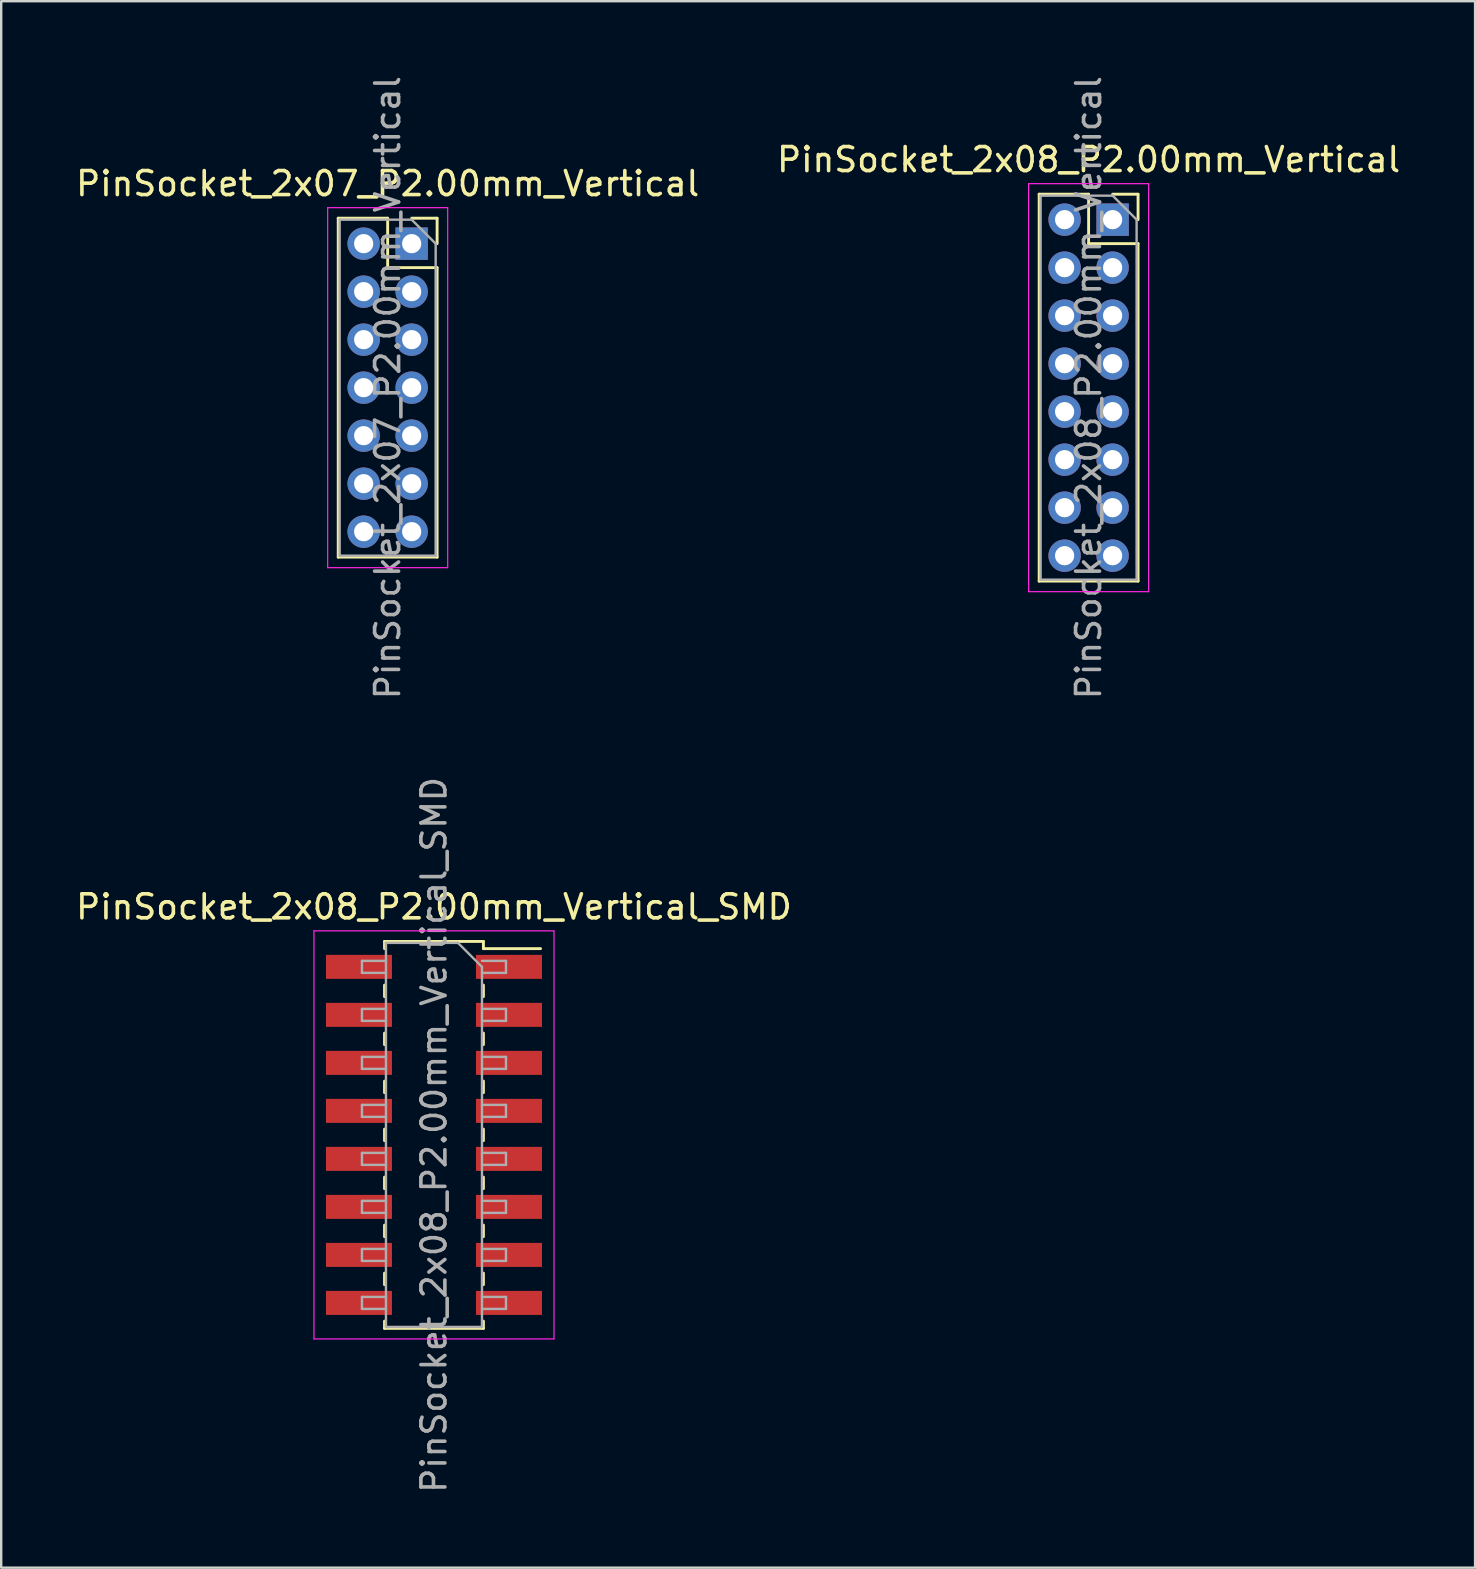
<source format=kicad_pcb>
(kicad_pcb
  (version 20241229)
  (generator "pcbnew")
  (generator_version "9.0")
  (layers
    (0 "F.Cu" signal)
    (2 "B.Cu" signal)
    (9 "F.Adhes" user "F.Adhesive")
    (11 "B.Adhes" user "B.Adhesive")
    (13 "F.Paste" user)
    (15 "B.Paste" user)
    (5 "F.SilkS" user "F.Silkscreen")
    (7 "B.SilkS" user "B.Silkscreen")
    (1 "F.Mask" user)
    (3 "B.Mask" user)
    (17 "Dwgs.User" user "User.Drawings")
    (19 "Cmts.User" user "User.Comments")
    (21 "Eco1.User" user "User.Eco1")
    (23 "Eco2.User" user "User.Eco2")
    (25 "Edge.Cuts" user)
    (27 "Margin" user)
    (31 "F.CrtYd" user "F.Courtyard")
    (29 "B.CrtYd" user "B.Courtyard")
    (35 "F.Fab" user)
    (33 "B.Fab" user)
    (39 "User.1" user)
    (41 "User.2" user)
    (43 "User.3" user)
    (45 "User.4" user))
  (footprint "PinSocket_2x08_P2.00mm_Vertical"
    (layer "F.Cu")
    (at 43.304 6.101)
    (property "Reference" "PinSocket_2x08_P2.00mm_Vertical" (at -1 -2.5 0) (layer "F.SilkS") (effects (font (size 1 1) (thickness 0.15))))
    (attr through_hole)
    (fp_line (start -3.06 -1.06) (end -3.06 15.06) (stroke (width 0.12) (type solid)) (layer "F.SilkS"))
    (fp_line (start -3.06 -1.06) (end -1 -1.06) (stroke (width 0.12) (type solid)) (layer "F.SilkS"))
    (fp_line (start -3.06 15.06) (end 1.06 15.06) (stroke (width 0.12) (type solid)) (layer "F.SilkS"))
    (fp_line (start -1 -1.06) (end -1 1) (stroke (width 0.12) (type solid)) (layer "F.SilkS"))
    (fp_line (start -1 1) (end 1.06 1) (stroke (width 0.12) (type solid)) (layer "F.SilkS"))
    (fp_line (start 0 -1.06) (end 1.06 -1.06) (stroke (width 0.12) (type solid)) (layer "F.SilkS"))
    (fp_line (start 1.06 -1.06) (end 1.06 0) (stroke (width 0.12) (type solid)) (layer "F.SilkS"))
    (fp_line (start 1.06 1) (end 1.06 15.06) (stroke (width 0.12) (type solid)) (layer "F.SilkS"))
    (fp_line (start -3.5 -1.5) (end 1.5 -1.5) (stroke (width 0.05) (type solid)) (layer "F.CrtYd"))
    (fp_line (start -3.5 15.5) (end -3.5 -1.5) (stroke (width 0.05) (type solid)) (layer "F.CrtYd"))
    (fp_line (start 1.5 -1.5) (end 1.5 15.5) (stroke (width 0.05) (type solid)) (layer "F.CrtYd"))
    (fp_line (start 1.5 15.5) (end -3.5 15.5) (stroke (width 0.05) (type solid)) (layer "F.CrtYd"))
    (fp_line (start -3 -1) (end 0 -1) (stroke (width 0.1) (type solid)) (layer "F.Fab"))
    (fp_line (start -3 15) (end -3 -1) (stroke (width 0.1) (type solid)) (layer "F.Fab"))
    (fp_line (start 0 -1) (end 1 0) (stroke (width 0.1) (type solid)) (layer "F.Fab"))
    (fp_line (start 1 0) (end 1 15) (stroke (width 0.1) (type solid)) (layer "F.Fab"))
    (fp_line (start 1 15) (end -3 15) (stroke (width 0.1) (type solid)) (layer "F.Fab"))
    (fp_text user "${REFERENCE}" (at -1 7 90) (layer "F.Fab") (effects (font (size 1 1) (thickness 0.15))))
    (pad "1" thru_hole rect (at 0 0) (size 1.35 1.35) (drill 0.8) (layers "*.Cu" "*.Mask"))
    (pad "2" thru_hole oval (at -2 0) (size 1.35 1.35) (drill 0.8) (layers "*.Cu" "*.Mask"))
    (pad "3" thru_hole oval (at 0 2) (size 1.35 1.35) (drill 0.8) (layers "*.Cu" "*.Mask"))
    (pad "4" thru_hole oval (at -2 2) (size 1.35 1.35) (drill 0.8) (layers "*.Cu" "*.Mask"))
    (pad "5" thru_hole oval (at 0 4) (size 1.35 1.35) (drill 0.8) (layers "*.Cu" "*.Mask"))
    (pad "6" thru_hole oval (at -2 4) (size 1.35 1.35) (drill 0.8) (layers "*.Cu" "*.Mask"))
    (pad "7" thru_hole oval (at 0 6) (size 1.35 1.35) (drill 0.8) (layers "*.Cu" "*.Mask"))
    (pad "8" thru_hole oval (at -2 6) (size 1.35 1.35) (drill 0.8) (layers "*.Cu" "*.Mask"))
    (pad "9" thru_hole oval (at 0 8) (size 1.35 1.35) (drill 0.8) (layers "*.Cu" "*.Mask"))
    (pad "10" thru_hole oval (at -2 8) (size 1.35 1.35) (drill 0.8) (layers "*.Cu" "*.Mask"))
    (pad "11" thru_hole oval (at 0 10) (size 1.35 1.35) (drill 0.8) (layers "*.Cu" "*.Mask"))
    (pad "12" thru_hole oval (at -2 10) (size 1.35 1.35) (drill 0.8) (layers "*.Cu" "*.Mask"))
    (pad "13" thru_hole oval (at 0 12) (size 1.35 1.35) (drill 0.8) (layers "*.Cu" "*.Mask"))
    (pad "14" thru_hole oval (at -2 12) (size 1.35 1.35) (drill 0.8) (layers "*.Cu" "*.Mask"))
    (pad "15" thru_hole oval (at 0 14) (size 1.35 1.35) (drill 0.8) (layers "*.Cu" "*.Mask"))
    (pad "16" thru_hole oval (at -2 14) (size 1.35 1.35) (drill 0.8) (layers "*.Cu" "*.Mask")))
  (footprint "PinSocket_2x08_P2.00mm_Vertical_SMD"
    (layer "F.Cu")
    (at 15.03 44.232)
    (property "Reference" "PinSocket_2x08_P2.00mm_Vertical_SMD" (at 0 -9.5 0) (layer "F.SilkS") (effects (font (size 1 1) (thickness 0.15))))
    (attr smd)
    (fp_line (start -2.06 -8.06) (end -2.06 -7.76) (stroke (width 0.12) (type solid)) (layer "F.SilkS"))
    (fp_line (start -2.06 -8.06) (end 2.06 -8.06) (stroke (width 0.12) (type solid)) (layer "F.SilkS"))
    (fp_line (start -2.06 -6.24) (end -2.06 -5.76) (stroke (width 0.12) (type solid)) (layer "F.SilkS"))
    (fp_line (start -2.06 -4.24) (end -2.06 -3.76) (stroke (width 0.12) (type solid)) (layer "F.SilkS"))
    (fp_line (start -2.06 -2.24) (end -2.06 -1.76) (stroke (width 0.12) (type solid)) (layer "F.SilkS"))
    (fp_line (start -2.06 -0.24) (end -2.06 0.24) (stroke (width 0.12) (type solid)) (layer "F.SilkS"))
    (fp_line (start -2.06 1.76) (end -2.06 2.24) (stroke (width 0.12) (type solid)) (layer "F.SilkS"))
    (fp_line (start -2.06 3.76) (end -2.06 4.24) (stroke (width 0.12) (type solid)) (layer "F.SilkS"))
    (fp_line (start -2.06 5.76) (end -2.06 6.24) (stroke (width 0.12) (type solid)) (layer "F.SilkS"))
    (fp_line (start -2.06 7.76) (end -2.06 8.06) (stroke (width 0.12) (type solid)) (layer "F.SilkS"))
    (fp_line (start -2.06 8.06) (end 2.06 8.06) (stroke (width 0.12) (type solid)) (layer "F.SilkS"))
    (fp_line (start 2.06 -8.06) (end 2.06 -7.76) (stroke (width 0.12) (type solid)) (layer "F.SilkS"))
    (fp_line (start 2.06 -7.76) (end 4.44 -7.76) (stroke (width 0.12) (type solid)) (layer "F.SilkS"))
    (fp_line (start 2.06 -6.24) (end 2.06 -5.76) (stroke (width 0.12) (type solid)) (layer "F.SilkS"))
    (fp_line (start 2.06 -4.24) (end 2.06 -3.76) (stroke (width 0.12) (type solid)) (layer "F.SilkS"))
    (fp_line (start 2.06 -2.24) (end 2.06 -1.76) (stroke (width 0.12) (type solid)) (layer "F.SilkS"))
    (fp_line (start 2.06 -0.24) (end 2.06 0.24) (stroke (width 0.12) (type solid)) (layer "F.SilkS"))
    (fp_line (start 2.06 1.76) (end 2.06 2.24) (stroke (width 0.12) (type solid)) (layer "F.SilkS"))
    (fp_line (start 2.06 3.76) (end 2.06 4.24) (stroke (width 0.12) (type solid)) (layer "F.SilkS"))
    (fp_line (start 2.06 5.76) (end 2.06 6.24) (stroke (width 0.12) (type solid)) (layer "F.SilkS"))
    (fp_line (start 2.06 7.76) (end 2.06 8.06) (stroke (width 0.12) (type solid)) (layer "F.SilkS"))
    (fp_line (start -5 -8.5) (end 5 -8.5) (stroke (width 0.05) (type solid)) (layer "F.CrtYd"))
    (fp_line (start -5 8.5) (end -5 -8.5) (stroke (width 0.05) (type solid)) (layer "F.CrtYd"))
    (fp_line (start 5 -8.5) (end 5 8.5) (stroke (width 0.05) (type solid)) (layer "F.CrtYd"))
    (fp_line (start 5 8.5) (end -5 8.5) (stroke (width 0.05) (type solid)) (layer "F.CrtYd"))
    (fp_line (start -3 -7.25) (end -2 -7.25) (stroke (width 0.1) (type solid)) (layer "F.Fab"))
    (fp_line (start -3 -6.75) (end -3 -7.25) (stroke (width 0.1) (type solid)) (layer "F.Fab"))
    (fp_line (start -3 -5.25) (end -2 -5.25) (stroke (width 0.1) (type solid)) (layer "F.Fab"))
    (fp_line (start -3 -4.75) (end -3 -5.25) (stroke (width 0.1) (type solid)) (layer "F.Fab"))
    (fp_line (start -3 -3.25) (end -2 -3.25) (stroke (width 0.1) (type solid)) (layer "F.Fab"))
    (fp_line (start -3 -2.75) (end -3 -3.25) (stroke (width 0.1) (type solid)) (layer "F.Fab"))
    (fp_line (start -3 -1.25) (end -2 -1.25) (stroke (width 0.1) (type solid)) (layer "F.Fab"))
    (fp_line (start -3 -0.75) (end -3 -1.25) (stroke (width 0.1) (type solid)) (layer "F.Fab"))
    (fp_line (start -3 0.75) (end -2 0.75) (stroke (width 0.1) (type solid)) (layer "F.Fab"))
    (fp_line (start -3 1.25) (end -3 0.75) (stroke (width 0.1) (type solid)) (layer "F.Fab"))
    (fp_line (start -3 2.75) (end -2 2.75) (stroke (width 0.1) (type solid)) (layer "F.Fab"))
    (fp_line (start -3 3.25) (end -3 2.75) (stroke (width 0.1) (type solid)) (layer "F.Fab"))
    (fp_line (start -3 4.75) (end -2 4.75) (stroke (width 0.1) (type solid)) (layer "F.Fab"))
    (fp_line (start -3 5.25) (end -3 4.75) (stroke (width 0.1) (type solid)) (layer "F.Fab"))
    (fp_line (start -3 6.75) (end -2 6.75) (stroke (width 0.1) (type solid)) (layer "F.Fab"))
    (fp_line (start -3 7.25) (end -3 6.75) (stroke (width 0.1) (type solid)) (layer "F.Fab"))
    (fp_line (start -2 -8) (end 1 -8) (stroke (width 0.1) (type solid)) (layer "F.Fab"))
    (fp_line (start -2 -6.75) (end -3 -6.75) (stroke (width 0.1) (type solid)) (layer "F.Fab"))
    (fp_line (start -2 -4.75) (end -3 -4.75) (stroke (width 0.1) (type solid)) (layer "F.Fab"))
    (fp_line (start -2 -2.75) (end -3 -2.75) (stroke (width 0.1) (type solid)) (layer "F.Fab"))
    (fp_line (start -2 -0.75) (end -3 -0.75) (stroke (width 0.1) (type solid)) (layer "F.Fab"))
    (fp_line (start -2 1.25) (end -3 1.25) (stroke (width 0.1) (type solid)) (layer "F.Fab"))
    (fp_line (start -2 3.25) (end -3 3.25) (stroke (width 0.1) (type solid)) (layer "F.Fab"))
    (fp_line (start -2 5.25) (end -3 5.25) (stroke (width 0.1) (type solid)) (layer "F.Fab"))
    (fp_line (start -2 7.25) (end -3 7.25) (stroke (width 0.1) (type solid)) (layer "F.Fab"))
    (fp_line (start -2 8) (end -2 -8) (stroke (width 0.1) (type solid)) (layer "F.Fab"))
    (fp_line (start 1 -8) (end 2 -7) (stroke (width 0.1) (type solid)) (layer "F.Fab"))
    (fp_line (start 2 -7.25) (end 3 -7.25) (stroke (width 0.1) (type solid)) (layer "F.Fab"))
    (fp_line (start 2 -7) (end 2 8) (stroke (width 0.1) (type solid)) (layer "F.Fab"))
    (fp_line (start 2 -5.25) (end 3 -5.25) (stroke (width 0.1) (type solid)) (layer "F.Fab"))
    (fp_line (start 2 -3.25) (end 3 -3.25) (stroke (width 0.1) (type solid)) (layer "F.Fab"))
    (fp_line (start 2 -1.25) (end 3 -1.25) (stroke (width 0.1) (type solid)) (layer "F.Fab"))
    (fp_line (start 2 0.75) (end 3 0.75) (stroke (width 0.1) (type solid)) (layer "F.Fab"))
    (fp_line (start 2 2.75) (end 3 2.75) (stroke (width 0.1) (type solid)) (layer "F.Fab"))
    (fp_line (start 2 4.75) (end 3 4.75) (stroke (width 0.1) (type solid)) (layer "F.Fab"))
    (fp_line (start 2 6.75) (end 3 6.75) (stroke (width 0.1) (type solid)) (layer "F.Fab"))
    (fp_line (start 2 8) (end -2 8) (stroke (width 0.1) (type solid)) (layer "F.Fab"))
    (fp_line (start 3 -7.25) (end 3 -6.75) (stroke (width 0.1) (type solid)) (layer "F.Fab"))
    (fp_line (start 3 -6.75) (end 2 -6.75) (stroke (width 0.1) (type solid)) (layer "F.Fab"))
    (fp_line (start 3 -5.25) (end 3 -4.75) (stroke (width 0.1) (type solid)) (layer "F.Fab"))
    (fp_line (start 3 -4.75) (end 2 -4.75) (stroke (width 0.1) (type solid)) (layer "F.Fab"))
    (fp_line (start 3 -3.25) (end 3 -2.75) (stroke (width 0.1) (type solid)) (layer "F.Fab"))
    (fp_line (start 3 -2.75) (end 2 -2.75) (stroke (width 0.1) (type solid)) (layer "F.Fab"))
    (fp_line (start 3 -1.25) (end 3 -0.75) (stroke (width 0.1) (type solid)) (layer "F.Fab"))
    (fp_line (start 3 -0.75) (end 2 -0.75) (stroke (width 0.1) (type solid)) (layer "F.Fab"))
    (fp_line (start 3 0.75) (end 3 1.25) (stroke (width 0.1) (type solid)) (layer "F.Fab"))
    (fp_line (start 3 1.25) (end 2 1.25) (stroke (width 0.1) (type solid)) (layer "F.Fab"))
    (fp_line (start 3 2.75) (end 3 3.25) (stroke (width 0.1) (type solid)) (layer "F.Fab"))
    (fp_line (start 3 3.25) (end 2 3.25) (stroke (width 0.1) (type solid)) (layer "F.Fab"))
    (fp_line (start 3 4.75) (end 3 5.25) (stroke (width 0.1) (type solid)) (layer "F.Fab"))
    (fp_line (start 3 5.25) (end 2 5.25) (stroke (width 0.1) (type solid)) (layer "F.Fab"))
    (fp_line (start 3 6.75) (end 3 7.25) (stroke (width 0.1) (type solid)) (layer "F.Fab"))
    (fp_line (start 3 7.25) (end 2 7.25) (stroke (width 0.1) (type solid)) (layer "F.Fab"))
    (fp_text user "${REFERENCE}" (at 0 0 90) (layer "F.Fab") (effects (font (size 1 1) (thickness 0.15))))
    (pad "1" smd rect (at 3.125 -7) (size 2.75 1) (layers "F.Cu" "F.Mask" "F.Paste"))
    (pad "2" smd rect (at -3.125 -7) (size 2.75 1) (layers "F.Cu" "F.Mask" "F.Paste"))
    (pad "3" smd rect (at 3.125 -5) (size 2.75 1) (layers "F.Cu" "F.Mask" "F.Paste"))
    (pad "4" smd rect (at -3.125 -5) (size 2.75 1) (layers "F.Cu" "F.Mask" "F.Paste"))
    (pad "5" smd rect (at 3.125 -3) (size 2.75 1) (layers "F.Cu" "F.Mask" "F.Paste"))
    (pad "6" smd rect (at -3.125 -3) (size 2.75 1) (layers "F.Cu" "F.Mask" "F.Paste"))
    (pad "7" smd rect (at 3.125 -1) (size 2.75 1) (layers "F.Cu" "F.Mask" "F.Paste"))
    (pad "8" smd rect (at -3.125 -1) (size 2.75 1) (layers "F.Cu" "F.Mask" "F.Paste"))
    (pad "9" smd rect (at 3.125 1) (size 2.75 1) (layers "F.Cu" "F.Mask" "F.Paste"))
    (pad "10" smd rect (at -3.125 1) (size 2.75 1) (layers "F.Cu" "F.Mask" "F.Paste"))
    (pad "11" smd rect (at 3.125 3) (size 2.75 1) (layers "F.Cu" "F.Mask" "F.Paste"))
    (pad "12" smd rect (at -3.125 3) (size 2.75 1) (layers "F.Cu" "F.Mask" "F.Paste"))
    (pad "13" smd rect (at 3.125 5) (size 2.75 1) (layers "F.Cu" "F.Mask" "F.Paste"))
    (pad "14" smd rect (at -3.125 5) (size 2.75 1) (layers "F.Cu" "F.Mask" "F.Paste"))
    (pad "15" smd rect (at 3.125 7) (size 2.75 1) (layers "F.Cu" "F.Mask" "F.Paste"))
    (pad "16" smd rect (at -3.125 7) (size 2.75 1) (layers "F.Cu" "F.Mask" "F.Paste")))
  (footprint "PinSocket_2x07_P2.00mm_Vertical"
    (layer "F.Cu")
    (at 14.101 7.101)
    (property "Reference" "PinSocket_2x07_P2.00mm_Vertical" (at -1 -2.5 0) (layer "F.SilkS") (effects (font (size 1 1) (thickness 0.15))))
    (attr through_hole)
    (fp_line (start -3.06 -1.06) (end -3.06 13.06) (stroke (width 0.12) (type solid)) (layer "F.SilkS"))
    (fp_line (start -3.06 -1.06) (end -1 -1.06) (stroke (width 0.12) (type solid)) (layer "F.SilkS"))
    (fp_line (start -3.06 13.06) (end 1.06 13.06) (stroke (width 0.12) (type solid)) (layer "F.SilkS"))
    (fp_line (start -1 -1.06) (end -1 1) (stroke (width 0.12) (type solid)) (layer "F.SilkS"))
    (fp_line (start -1 1) (end 1.06 1) (stroke (width 0.12) (type solid)) (layer "F.SilkS"))
    (fp_line (start 0 -1.06) (end 1.06 -1.06) (stroke (width 0.12) (type solid)) (layer "F.SilkS"))
    (fp_line (start 1.06 -1.06) (end 1.06 0) (stroke (width 0.12) (type solid)) (layer "F.SilkS"))
    (fp_line (start 1.06 1) (end 1.06 13.06) (stroke (width 0.12) (type solid)) (layer "F.SilkS"))
    (fp_line (start -3.5 -1.5) (end 1.5 -1.5) (stroke (width 0.05) (type solid)) (layer "F.CrtYd"))
    (fp_line (start -3.5 13.5) (end -3.5 -1.5) (stroke (width 0.05) (type solid)) (layer "F.CrtYd"))
    (fp_line (start 1.5 -1.5) (end 1.5 13.5) (stroke (width 0.05) (type solid)) (layer "F.CrtYd"))
    (fp_line (start 1.5 13.5) (end -3.5 13.5) (stroke (width 0.05) (type solid)) (layer "F.CrtYd"))
    (fp_line (start -3 -1) (end 0 -1) (stroke (width 0.1) (type solid)) (layer "F.Fab"))
    (fp_line (start -3 13) (end -3 -1) (stroke (width 0.1) (type solid)) (layer "F.Fab"))
    (fp_line (start 0 -1) (end 1 0) (stroke (width 0.1) (type solid)) (layer "F.Fab"))
    (fp_line (start 1 0) (end 1 13) (stroke (width 0.1) (type solid)) (layer "F.Fab"))
    (fp_line (start 1 13) (end -3 13) (stroke (width 0.1) (type solid)) (layer "F.Fab"))
    (fp_text user "${REFERENCE}" (at -1 6 90) (layer "F.Fab") (effects (font (size 1 1) (thickness 0.15))))
    (pad "1" thru_hole rect (at 0 0) (size 1.35 1.35) (drill 0.8) (layers "*.Cu" "*.Mask"))
    (pad "2" thru_hole oval (at -2 0) (size 1.35 1.35) (drill 0.8) (layers "*.Cu" "*.Mask"))
    (pad "3" thru_hole oval (at 0 2) (size 1.35 1.35) (drill 0.8) (layers "*.Cu" "*.Mask"))
    (pad "4" thru_hole oval (at -2 2) (size 1.35 1.35) (drill 0.8) (layers "*.Cu" "*.Mask"))
    (pad "5" thru_hole oval (at 0 4) (size 1.35 1.35) (drill 0.8) (layers "*.Cu" "*.Mask"))
    (pad "6" thru_hole oval (at -2 4) (size 1.35 1.35) (drill 0.8) (layers "*.Cu" "*.Mask"))
    (pad "7" thru_hole oval (at 0 6) (size 1.35 1.35) (drill 0.8) (layers "*.Cu" "*.Mask"))
    (pad "8" thru_hole oval (at -2 6) (size 1.35 1.35) (drill 0.8) (layers "*.Cu" "*.Mask"))
    (pad "9" thru_hole oval (at 0 8) (size 1.35 1.35) (drill 0.8) (layers "*.Cu" "*.Mask"))
    (pad "10" thru_hole oval (at -2 8) (size 1.35 1.35) (drill 0.8) (layers "*.Cu" "*.Mask"))
    (pad "11" thru_hole oval (at 0 10) (size 1.35 1.35) (drill 0.8) (layers "*.Cu" "*.Mask"))
    (pad "12" thru_hole oval (at -2 10) (size 1.35 1.35) (drill 0.8) (layers "*.Cu" "*.Mask"))
    (pad "13" thru_hole oval (at 0 12) (size 1.35 1.35) (drill 0.8) (layers "*.Cu" "*.Mask"))
    (pad "14" thru_hole oval (at -2 12) (size 1.35 1.35) (drill 0.8) (layers "*.Cu" "*.Mask")))
  (gr_rect
    (start -3 -3)
    (end 58.405 62.262)
    (stroke (width 0.1) (type default))
    (fill no)
    (layer "Edge.Cuts")))
</source>
